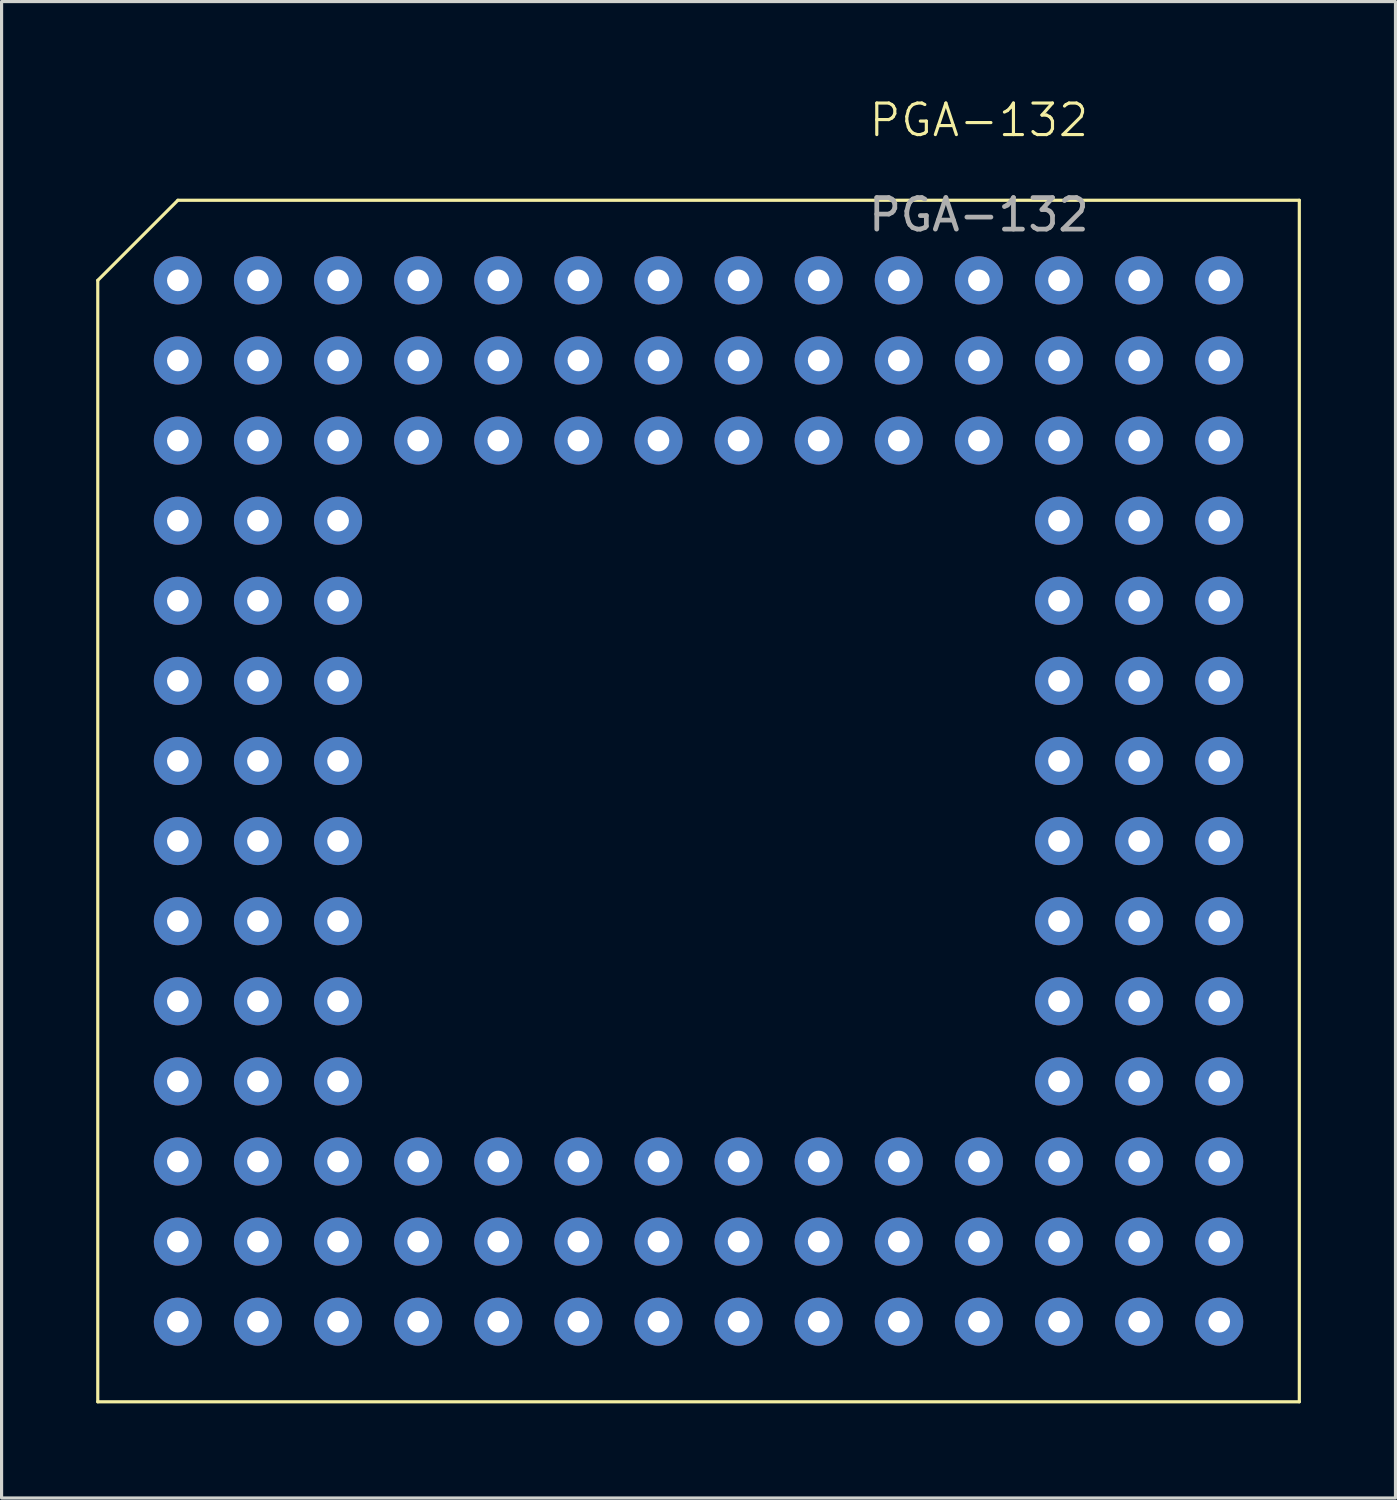
<source format=kicad_pcb>
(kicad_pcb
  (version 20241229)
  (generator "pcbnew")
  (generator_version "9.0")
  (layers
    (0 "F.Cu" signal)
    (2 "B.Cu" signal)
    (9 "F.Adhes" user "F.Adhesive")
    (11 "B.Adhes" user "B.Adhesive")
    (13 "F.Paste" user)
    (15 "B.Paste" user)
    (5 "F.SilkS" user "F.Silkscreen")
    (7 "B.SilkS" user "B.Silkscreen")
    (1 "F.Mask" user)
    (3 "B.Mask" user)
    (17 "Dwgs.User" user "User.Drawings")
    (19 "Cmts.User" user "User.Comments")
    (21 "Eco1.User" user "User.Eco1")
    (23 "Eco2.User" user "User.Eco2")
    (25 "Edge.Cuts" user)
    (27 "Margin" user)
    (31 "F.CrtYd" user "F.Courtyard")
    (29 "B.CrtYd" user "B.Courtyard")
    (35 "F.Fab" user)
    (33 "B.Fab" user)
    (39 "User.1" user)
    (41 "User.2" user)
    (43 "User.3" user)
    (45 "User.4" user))
  (footprint "PGA-132"
    (layer "F.Cu")
    (at 2.59 5.84)
    (property "Reference" "PGA-132" (at 25.4 -5.08 0) (unlocked yes) (layer "F.SilkS") (effects (font (size 1 1) (thickness 0.1))))
    (attr through_hole)
    (fp_line (start -2.54 0) (end 0 -2.54) (stroke (width 0.1) (type default)) (layer "F.SilkS"))
    (fp_line (start -2.54 35.56) (end -2.54 0) (stroke (width 0.1) (type default)) (layer "F.SilkS"))
    (fp_line (start 0 -2.54) (end 35.56 -2.54) (stroke (width 0.1) (type default)) (layer "F.SilkS"))
    (fp_line (start 35.56 -2.54) (end 35.56 35.56) (stroke (width 0.1) (type default)) (layer "F.SilkS"))
    (fp_line (start 35.56 35.56) (end -2.54 35.56) (stroke (width 0.1) (type default)) (layer "F.SilkS"))
    (fp_text user "${REFERENCE}" (at 25.4 -2.08 0) (unlocked yes) (layer "F.Fab") (effects (font (size 1 1) (thickness 0.15))))
    (pad "A1" thru_hole circle (at 33.02 0) (size 1.524 1.524) (drill 0.686) (layers "*.Cu" "*.Mask"))
    (pad "A2" thru_hole circle (at 33.02 2.54) (size 1.524 1.524) (drill 0.686) (layers "*.Cu" "*.Mask"))
    (pad "A3" thru_hole circle (at 33.02 5.08) (size 1.524 1.524) (drill 0.686) (layers "*.Cu" "*.Mask"))
    (pad "A4" thru_hole circle (at 33.02 7.62) (size 1.524 1.524) (drill 0.686) (layers "*.Cu" "*.Mask"))
    (pad "A5" thru_hole circle (at 33.02 10.16) (size 1.524 1.524) (drill 0.686) (layers "*.Cu" "*.Mask"))
    (pad "A6" thru_hole circle (at 33.02 12.7) (size 1.524 1.524) (drill 0.686) (layers "*.Cu" "*.Mask"))
    (pad "A7" thru_hole circle (at 33.02 15.24) (size 1.524 1.524) (drill 0.686) (layers "*.Cu" "*.Mask"))
    (pad "A8" thru_hole circle (at 33.02 17.78) (size 1.524 1.524) (drill 0.686) (layers "*.Cu" "*.Mask"))
    (pad "A9" thru_hole circle (at 33.02 20.32) (size 1.524 1.524) (drill 0.686) (layers "*.Cu" "*.Mask"))
    (pad "A10" thru_hole circle (at 33.02 22.86) (size 1.524 1.524) (drill 0.686) (layers "*.Cu" "*.Mask"))
    (pad "A11" thru_hole circle (at 33.02 25.4) (size 1.524 1.524) (drill 0.686) (layers "*.Cu" "*.Mask"))
    (pad "A12" thru_hole circle (at 33.02 27.94) (size 1.524 1.524) (drill 0.686) (layers "*.Cu" "*.Mask"))
    (pad "A13" thru_hole circle (at 33.02 30.48) (size 1.524 1.524) (drill 0.686) (layers "*.Cu" "*.Mask"))
    (pad "A14" thru_hole circle (at 33.02 33.02) (size 1.524 1.524) (drill 0.686) (layers "*.Cu" "*.Mask"))
    (pad "B1" thru_hole circle (at 30.48 0) (size 1.524 1.524) (drill 0.686) (layers "*.Cu" "*.Mask"))
    (pad "B2" thru_hole circle (at 30.48 2.54) (size 1.524 1.524) (drill 0.686) (layers "*.Cu" "*.Mask"))
    (pad "B3" thru_hole circle (at 30.48 5.08) (size 1.524 1.524) (drill 0.686) (layers "*.Cu" "*.Mask"))
    (pad "B4" thru_hole circle (at 30.48 7.62) (size 1.524 1.524) (drill 0.686) (layers "*.Cu" "*.Mask"))
    (pad "B5" thru_hole circle (at 30.48 10.16) (size 1.524 1.524) (drill 0.686) (layers "*.Cu" "*.Mask"))
    (pad "B6" thru_hole circle (at 30.48 12.7) (size 1.524 1.524) (drill 0.686) (layers "*.Cu" "*.Mask"))
    (pad "B7" thru_hole circle (at 30.48 15.24) (size 1.524 1.524) (drill 0.686) (layers "*.Cu" "*.Mask"))
    (pad "B8" thru_hole circle (at 30.48 17.78) (size 1.524 1.524) (drill 0.686) (layers "*.Cu" "*.Mask"))
    (pad "B9" thru_hole circle (at 30.48 20.32) (size 1.524 1.524) (drill 0.686) (layers "*.Cu" "*.Mask"))
    (pad "B10" thru_hole circle (at 30.48 22.86) (size 1.524 1.524) (drill 0.686) (layers "*.Cu" "*.Mask"))
    (pad "B11" thru_hole circle (at 30.48 25.4) (size 1.524 1.524) (drill 0.686) (layers "*.Cu" "*.Mask"))
    (pad "B12" thru_hole circle (at 30.48 27.94) (size 1.524 1.524) (drill 0.686) (layers "*.Cu" "*.Mask"))
    (pad "B13" thru_hole circle (at 30.48 30.48) (size 1.524 1.524) (drill 0.686) (layers "*.Cu" "*.Mask"))
    (pad "C1" thru_hole circle (at 27.94 0) (size 1.524 1.524) (drill 0.686) (layers "*.Cu" "*.Mask"))
    (pad "C2" thru_hole circle (at 27.94 2.54) (size 1.524 1.524) (drill 0.686) (layers "*.Cu" "*.Mask"))
    (pad "C3" thru_hole circle (at 27.94 5.08) (size 1.524 1.524) (drill 0.686) (layers "*.Cu" "*.Mask"))
    (pad "C4" thru_hole circle (at 27.94 7.62) (size 1.524 1.524) (drill 0.686) (layers "*.Cu" "*.Mask"))
    (pad "C5" thru_hole circle (at 27.94 10.16) (size 1.524 1.524) (drill 0.686) (layers "*.Cu" "*.Mask"))
    (pad "C6" thru_hole circle (at 27.94 12.7) (size 1.524 1.524) (drill 0.686) (layers "*.Cu" "*.Mask"))
    (pad "C7" thru_hole circle (at 27.94 15.24) (size 1.524 1.524) (drill 0.686) (layers "*.Cu" "*.Mask"))
    (pad "C8" thru_hole circle (at 27.94 17.78) (size 1.524 1.524) (drill 0.686) (layers "*.Cu" "*.Mask"))
    (pad "C9" thru_hole circle (at 27.94 20.32) (size 1.524 1.524) (drill 0.686) (layers "*.Cu" "*.Mask"))
    (pad "C10" thru_hole circle (at 27.94 22.86) (size 1.524 1.524) (drill 0.686) (layers "*.Cu" "*.Mask"))
    (pad "C11" thru_hole circle (at 27.94 25.4) (size 1.524 1.524) (drill 0.686) (layers "*.Cu" "*.Mask"))
    (pad "C12" thru_hole circle (at 27.94 27.94) (size 1.524 1.524) (drill 0.686) (layers "*.Cu" "*.Mask"))
    (pad "C13" thru_hole circle (at 27.94 30.48) (size 1.524 1.524) (drill 0.686) (layers "*.Cu" "*.Mask"))
    (pad "C14" thru_hole circle (at 27.94 33.02) (size 1.524 1.524) (drill 0.686) (layers "*.Cu" "*.Mask"))
    (pad "C14" thru_hole circle (at 30.48 33.02) (size 1.524 1.524) (drill 0.686) (layers "*.Cu" "*.Mask"))
    (pad "D1" thru_hole circle (at 25.4 0) (size 1.524 1.524) (drill 0.686) (layers "*.Cu" "*.Mask"))
    (pad "D2" thru_hole circle (at 25.4 2.54) (size 1.524 1.524) (drill 0.686) (layers "*.Cu" "*.Mask"))
    (pad "D3" thru_hole circle (at 25.4 5.08) (size 1.524 1.524) (drill 0.686) (layers "*.Cu" "*.Mask"))
    (pad "D12" thru_hole circle (at 25.4 27.94) (size 1.524 1.524) (drill 0.686) (layers "*.Cu" "*.Mask"))
    (pad "D13" thru_hole circle (at 25.4 30.48) (size 1.524 1.524) (drill 0.686) (layers "*.Cu" "*.Mask"))
    (pad "D14" thru_hole circle (at 25.4 33.02) (size 1.524 1.524) (drill 0.686) (layers "*.Cu" "*.Mask"))
    (pad "E1" thru_hole circle (at 22.86 0) (size 1.524 1.524) (drill 0.686) (layers "*.Cu" "*.Mask"))
    (pad "E2" thru_hole circle (at 22.86 2.54) (size 1.524 1.524) (drill 0.686) (layers "*.Cu" "*.Mask"))
    (pad "E3" thru_hole circle (at 22.86 5.08) (size 1.524 1.524) (drill 0.686) (layers "*.Cu" "*.Mask"))
    (pad "E12" thru_hole circle (at 22.86 27.94) (size 1.524 1.524) (drill 0.686) (layers "*.Cu" "*.Mask"))
    (pad "E13" thru_hole circle (at 22.86 30.48) (size 1.524 1.524) (drill 0.686) (layers "*.Cu" "*.Mask"))
    (pad "E14" thru_hole circle (at 22.86 33.02) (size 1.524 1.524) (drill 0.686) (layers "*.Cu" "*.Mask"))
    (pad "F1" thru_hole circle (at 20.32 0) (size 1.524 1.524) (drill 0.686) (layers "*.Cu" "*.Mask"))
    (pad "F2" thru_hole circle (at 20.32 2.54) (size 1.524 1.524) (drill 0.686) (layers "*.Cu" "*.Mask"))
    (pad "F3" thru_hole circle (at 20.32 5.08) (size 1.524 1.524) (drill 0.686) (layers "*.Cu" "*.Mask"))
    (pad "F12" thru_hole circle (at 20.32 27.94) (size 1.524 1.524) (drill 0.686) (layers "*.Cu" "*.Mask"))
    (pad "F13" thru_hole circle (at 20.32 30.48) (size 1.524 1.524) (drill 0.686) (layers "*.Cu" "*.Mask"))
    (pad "F14" thru_hole circle (at 20.32 33.02) (size 1.524 1.524) (drill 0.686) (layers "*.Cu" "*.Mask"))
    (pad "G1" thru_hole circle (at 17.78 0) (size 1.524 1.524) (drill 0.686) (layers "*.Cu" "*.Mask"))
    (pad "G2" thru_hole circle (at 17.78 2.54) (size 1.524 1.524) (drill 0.686) (layers "*.Cu" "*.Mask"))
    (pad "G3" thru_hole circle (at 17.78 5.08) (size 1.524 1.524) (drill 0.686) (layers "*.Cu" "*.Mask"))
    (pad "G12" thru_hole circle (at 17.78 27.94) (size 1.524 1.524) (drill 0.686) (layers "*.Cu" "*.Mask"))
    (pad "G13" thru_hole circle (at 17.78 30.48) (size 1.524 1.524) (drill 0.686) (layers "*.Cu" "*.Mask"))
    (pad "G14" thru_hole circle (at 17.78 33.02) (size 1.524 1.524) (drill 0.686) (layers "*.Cu" "*.Mask"))
    (pad "H1" thru_hole circle (at 15.24 0) (size 1.524 1.524) (drill 0.686) (layers "*.Cu" "*.Mask"))
    (pad "H2" thru_hole circle (at 15.24 2.54) (size 1.524 1.524) (drill 0.686) (layers "*.Cu" "*.Mask"))
    (pad "H3" thru_hole circle (at 15.24 5.08) (size 1.524 1.524) (drill 0.686) (layers "*.Cu" "*.Mask"))
    (pad "H12" thru_hole circle (at 15.24 27.94) (size 1.524 1.524) (drill 0.686) (layers "*.Cu" "*.Mask"))
    (pad "H13" thru_hole circle (at 15.24 30.48) (size 1.524 1.524) (drill 0.686) (layers "*.Cu" "*.Mask"))
    (pad "H14" thru_hole circle (at 15.24 33.02) (size 1.524 1.524) (drill 0.686) (layers "*.Cu" "*.Mask"))
    (pad "J1" thru_hole circle (at 12.7 0) (size 1.524 1.524) (drill 0.686) (layers "*.Cu" "*.Mask"))
    (pad "J2" thru_hole circle (at 12.7 2.54) (size 1.524 1.524) (drill 0.686) (layers "*.Cu" "*.Mask"))
    (pad "J3" thru_hole circle (at 12.7 5.08) (size 1.524 1.524) (drill 0.686) (layers "*.Cu" "*.Mask"))
    (pad "J12" thru_hole circle (at 12.7 27.94) (size 1.524 1.524) (drill 0.686) (layers "*.Cu" "*.Mask"))
    (pad "J13" thru_hole circle (at 12.7 30.48) (size 1.524 1.524) (drill 0.686) (layers "*.Cu" "*.Mask"))
    (pad "J14" thru_hole circle (at 12.7 33.02) (size 1.524 1.524) (drill 0.686) (layers "*.Cu" "*.Mask"))
    (pad "K1" thru_hole circle (at 10.16 0) (size 1.524 1.524) (drill 0.686) (layers "*.Cu" "*.Mask"))
    (pad "K2" thru_hole circle (at 10.16 2.54) (size 1.524 1.524) (drill 0.686) (layers "*.Cu" "*.Mask"))
    (pad "K3" thru_hole circle (at 10.16 5.08) (size 1.524 1.524) (drill 0.686) (layers "*.Cu" "*.Mask"))
    (pad "K12" thru_hole circle (at 10.16 27.94) (size 1.524 1.524) (drill 0.686) (layers "*.Cu" "*.Mask"))
    (pad "K13" thru_hole circle (at 10.16 30.48) (size 1.524 1.524) (drill 0.686) (layers "*.Cu" "*.Mask"))
    (pad "K14" thru_hole circle (at 10.16 33.02) (size 1.524 1.524) (drill 0.686) (layers "*.Cu" "*.Mask"))
    (pad "L1" thru_hole circle (at 7.62 0) (size 1.524 1.524) (drill 0.686) (layers "*.Cu" "*.Mask"))
    (pad "L2" thru_hole circle (at 7.62 2.54) (size 1.524 1.524) (drill 0.686) (layers "*.Cu" "*.Mask"))
    (pad "L3" thru_hole circle (at 7.62 5.08) (size 1.524 1.524) (drill 0.686) (layers "*.Cu" "*.Mask"))
    (pad "L12" thru_hole circle (at 7.62 27.94) (size 1.524 1.524) (drill 0.686) (layers "*.Cu" "*.Mask"))
    (pad "L13" thru_hole circle (at 7.62 30.48) (size 1.524 1.524) (drill 0.686) (layers "*.Cu" "*.Mask"))
    (pad "L14" thru_hole circle (at 7.62 33.02) (size 1.524 1.524) (drill 0.686) (layers "*.Cu" "*.Mask"))
    (pad "M1" thru_hole circle (at 5.08 0) (size 1.524 1.524) (drill 0.686) (layers "*.Cu" "*.Mask"))
    (pad "M2" thru_hole circle (at 5.08 2.54) (size 1.524 1.524) (drill 0.686) (layers "*.Cu" "*.Mask"))
    (pad "M3" thru_hole circle (at 5.08 5.08) (size 1.524 1.524) (drill 0.686) (layers "*.Cu" "*.Mask"))
    (pad "M4" thru_hole circle (at 5.08 7.62) (size 1.524 1.524) (drill 0.686) (layers "*.Cu" "*.Mask"))
    (pad "M5" thru_hole circle (at 5.08 10.16) (size 1.524 1.524) (drill 0.686) (layers "*.Cu" "*.Mask"))
    (pad "M6" thru_hole circle (at 5.08 12.7) (size 1.524 1.524) (drill 0.686) (layers "*.Cu" "*.Mask"))
    (pad "M7" thru_hole circle (at 5.08 15.24) (size 1.524 1.524) (drill 0.686) (layers "*.Cu" "*.Mask"))
    (pad "M8" thru_hole circle (at 5.08 17.78) (size 1.524 1.524) (drill 0.686) (layers "*.Cu" "*.Mask"))
    (pad "M9" thru_hole circle (at 5.08 20.32) (size 1.524 1.524) (drill 0.686) (layers "*.Cu" "*.Mask"))
    (pad "M10" thru_hole circle (at 5.08 22.86) (size 1.524 1.524) (drill 0.686) (layers "*.Cu" "*.Mask"))
    (pad "M11" thru_hole circle (at 5.08 25.4) (size 1.524 1.524) (drill 0.686) (layers "*.Cu" "*.Mask"))
    (pad "M12" thru_hole circle (at 5.08 27.94) (size 1.524 1.524) (drill 0.686) (layers "*.Cu" "*.Mask"))
    (pad "M13" thru_hole circle (at 5.08 30.48) (size 1.524 1.524) (drill 0.686) (layers "*.Cu" "*.Mask"))
    (pad "M14" thru_hole circle (at 5.08 33.02) (size 1.524 1.524) (drill 0.686) (layers "*.Cu" "*.Mask"))
    (pad "N1" thru_hole circle (at 2.54 0) (size 1.524 1.524) (drill 0.686) (layers "*.Cu" "*.Mask"))
    (pad "N2" thru_hole circle (at 2.54 2.54) (size 1.524 1.524) (drill 0.686) (layers "*.Cu" "*.Mask"))
    (pad "N3" thru_hole circle (at 2.54 5.08) (size 1.524 1.524) (drill 0.686) (layers "*.Cu" "*.Mask"))
    (pad "N4" thru_hole circle (at 2.54 7.62) (size 1.524 1.524) (drill 0.686) (layers "*.Cu" "*.Mask"))
    (pad "N5" thru_hole circle (at 2.54 10.16) (size 1.524 1.524) (drill 0.686) (layers "*.Cu" "*.Mask"))
    (pad "N6" thru_hole circle (at 2.54 12.7) (size 1.524 1.524) (drill 0.686) (layers "*.Cu" "*.Mask"))
    (pad "N7" thru_hole circle (at 2.54 15.24) (size 1.524 1.524) (drill 0.686) (layers "*.Cu" "*.Mask"))
    (pad "N8" thru_hole circle (at 2.54 17.78) (size 1.524 1.524) (drill 0.686) (layers "*.Cu" "*.Mask"))
    (pad "N9" thru_hole circle (at 2.54 20.32) (size 1.524 1.524) (drill 0.686) (layers "*.Cu" "*.Mask"))
    (pad "N10" thru_hole circle (at 2.54 22.86) (size 1.524 1.524) (drill 0.686) (layers "*.Cu" "*.Mask"))
    (pad "N11" thru_hole circle (at 2.54 25.4) (size 1.524 1.524) (drill 0.686) (layers "*.Cu" "*.Mask"))
    (pad "N12" thru_hole circle (at 2.54 27.94) (size 1.524 1.524) (drill 0.686) (layers "*.Cu" "*.Mask"))
    (pad "N13" thru_hole circle (at 2.54 30.48) (size 1.524 1.524) (drill 0.686) (layers "*.Cu" "*.Mask"))
    (pad "N14" thru_hole circle (at 2.54 33.02) (size 1.524 1.524) (drill 0.686) (layers "*.Cu" "*.Mask"))
    (pad "P1" thru_hole circle (at 0 0) (size 1.524 1.524) (drill 0.686) (layers "*.Cu" "*.Mask"))
    (pad "P2" thru_hole circle (at 0 2.54) (size 1.524 1.524) (drill 0.686) (layers "*.Cu" "*.Mask"))
    (pad "P3" thru_hole circle (at 0 5.08) (size 1.524 1.524) (drill 0.686) (layers "*.Cu" "*.Mask"))
    (pad "P4" thru_hole circle (at 0 7.62) (size 1.524 1.524) (drill 0.686) (layers "*.Cu" "*.Mask"))
    (pad "P5" thru_hole circle (at 0 10.16) (size 1.524 1.524) (drill 0.686) (layers "*.Cu" "*.Mask"))
    (pad "P6" thru_hole circle (at 0 12.7) (size 1.524 1.524) (drill 0.686) (layers "*.Cu" "*.Mask"))
    (pad "P7" thru_hole circle (at 0 15.24) (size 1.524 1.524) (drill 0.686) (layers "*.Cu" "*.Mask"))
    (pad "P8" thru_hole circle (at 0 17.78) (size 1.524 1.524) (drill 0.686) (layers "*.Cu" "*.Mask"))
    (pad "P9" thru_hole circle (at 0 20.32) (size 1.524 1.524) (drill 0.686) (layers "*.Cu" "*.Mask"))
    (pad "P10" thru_hole circle (at 0 22.86) (size 1.524 1.524) (drill 0.686) (layers "*.Cu" "*.Mask"))
    (pad "P11" thru_hole circle (at 0 25.4) (size 1.524 1.524) (drill 0.686) (layers "*.Cu" "*.Mask"))
    (pad "P12" thru_hole circle (at 0 27.94) (size 1.524 1.524) (drill 0.686) (layers "*.Cu" "*.Mask"))
    (pad "P13" thru_hole circle (at 0 30.48) (size 1.524 1.524) (drill 0.686) (layers "*.Cu" "*.Mask"))
    (pad "P14" thru_hole circle (at 0 33.02) (size 1.524 1.524) (drill 0.686) (layers "*.Cu" "*.Mask")))
  (gr_rect
    (start -3 -3)
    (end 41.2 44.45)
    (stroke (width 0.1) (type default))
    (fill no)
    (layer "Edge.Cuts")))
</source>
